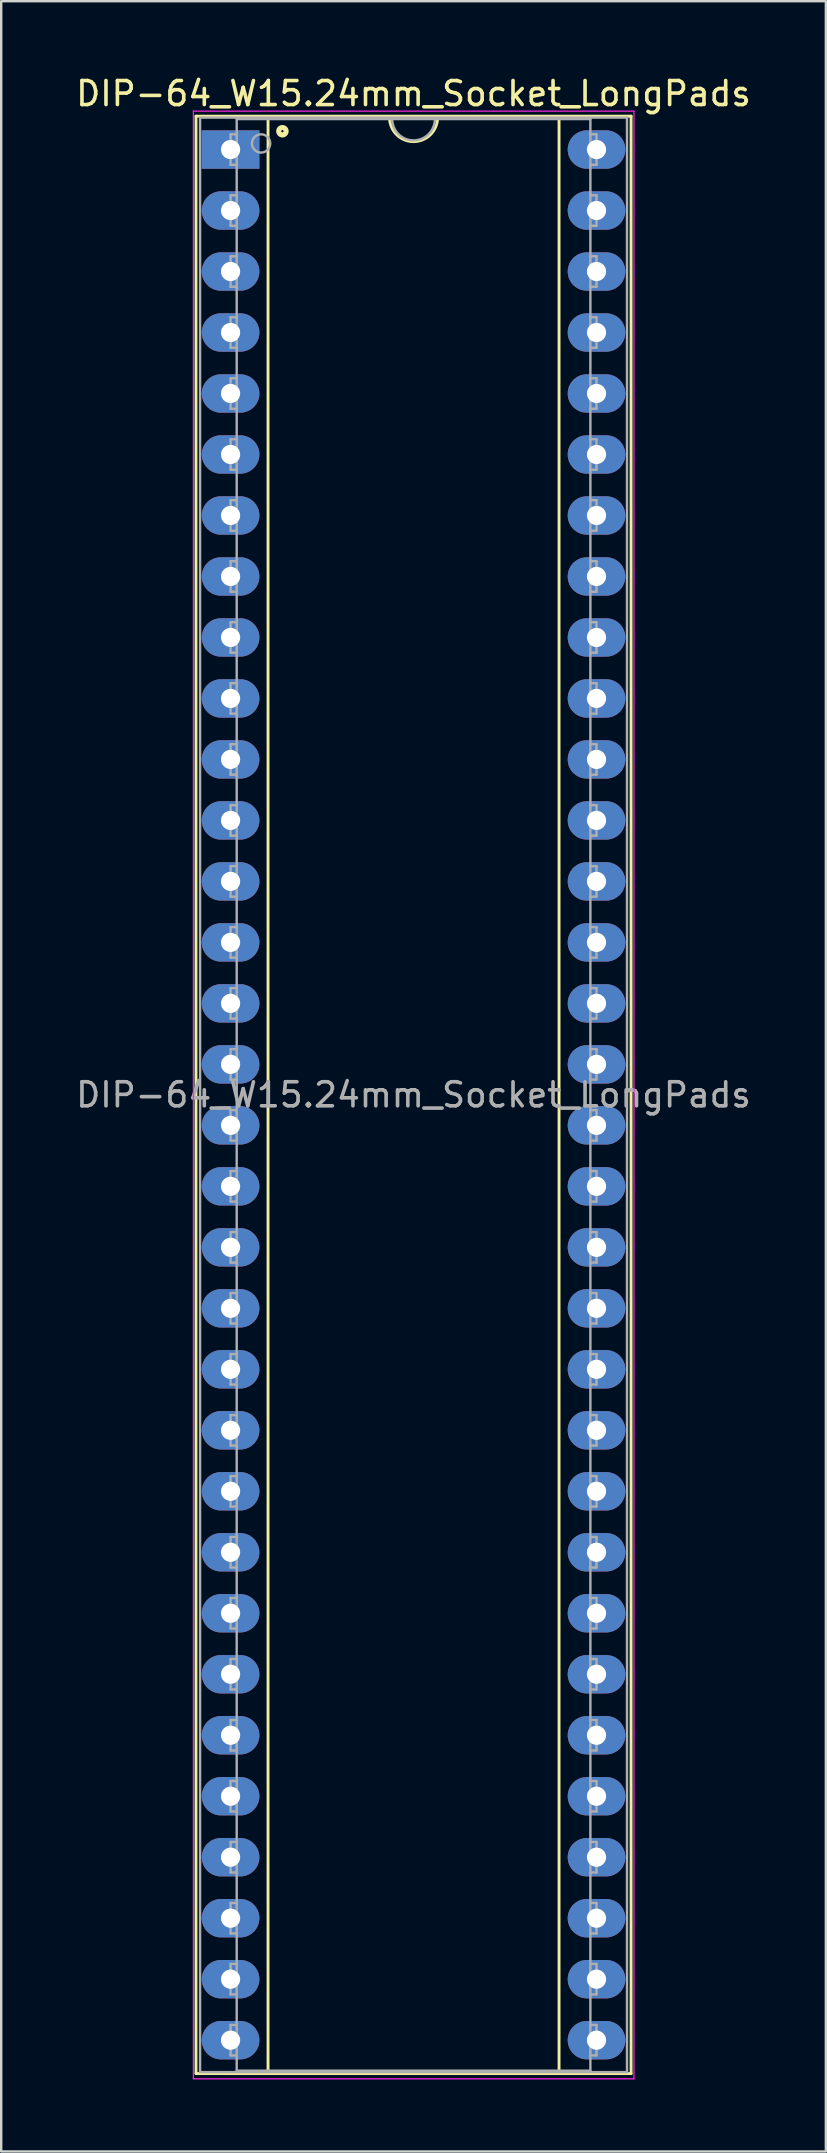
<source format=kicad_pcb>
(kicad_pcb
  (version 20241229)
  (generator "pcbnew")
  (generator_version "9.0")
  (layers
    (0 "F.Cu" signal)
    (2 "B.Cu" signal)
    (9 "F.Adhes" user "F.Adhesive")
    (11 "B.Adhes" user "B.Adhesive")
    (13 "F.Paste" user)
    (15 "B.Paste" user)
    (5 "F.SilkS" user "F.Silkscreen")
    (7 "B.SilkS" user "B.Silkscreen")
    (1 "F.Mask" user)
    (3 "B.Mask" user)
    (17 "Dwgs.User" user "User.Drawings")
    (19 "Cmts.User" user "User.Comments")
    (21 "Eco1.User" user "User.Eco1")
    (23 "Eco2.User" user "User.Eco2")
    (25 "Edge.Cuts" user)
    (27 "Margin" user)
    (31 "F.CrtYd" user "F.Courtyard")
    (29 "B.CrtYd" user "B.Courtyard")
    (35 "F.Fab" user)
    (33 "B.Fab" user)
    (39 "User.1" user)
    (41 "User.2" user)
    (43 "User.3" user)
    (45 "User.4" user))
  (footprint "DIP-64_W15.24mm_Socket_LongPads"
    (layer "F.Cu")
    (at 6.553 3.178)
    (property "Reference" "DIP-64_W15.24mm_Socket_LongPads" (at 7.62 -2.33 0) (layer "F.SilkS") (effects (font (size 1 1) (thickness 0.15))))
    (attr through_hole)
    (fp_line (start -1.44 -1.39) (end -1.44 80.13) (stroke (width 0.12) (type solid)) (layer "F.SilkS"))
    (fp_line (start -1.44 80.13) (end 16.68 80.13) (stroke (width 0.12) (type solid)) (layer "F.SilkS"))
    (fp_line (start 1.56 -1.33) (end 1.56 80.07) (stroke (width 0.12) (type solid)) (layer "F.SilkS"))
    (fp_line (start 1.56 80.07) (end 13.68 80.07) (stroke (width 0.12) (type solid)) (layer "F.SilkS"))
    (fp_line (start 6.62 -1.33) (end 1.56 -1.33) (stroke (width 0.12) (type solid)) (layer "F.SilkS"))
    (fp_line (start 13.68 -1.33) (end 8.62 -1.33) (stroke (width 0.12) (type solid)) (layer "F.SilkS"))
    (fp_line (start 13.68 80.07) (end 13.68 -1.33) (stroke (width 0.12) (type solid)) (layer "F.SilkS"))
    (fp_line (start 16.68 -1.39) (end -1.44 -1.39) (stroke (width 0.12) (type solid)) (layer "F.SilkS"))
    (fp_line (start 16.68 80.13) (end 16.68 -1.39) (stroke (width 0.12) (type solid)) (layer "F.SilkS"))
    (fp_arc (start 8.62 -1.33) (mid 7.62 -0.33) (end 6.62 -1.33) (stroke (width 0.12) (type solid)) (layer "F.SilkS"))
    (fp_circle (center 2.159 -0.762) (end 2.209 -0.762) (stroke (width 0.12) (type solid)) (fill no) (layer "F.SilkS"))
    (fp_circle (center 2.159 -0.762) (end 2.284 -0.762) (stroke (width 0.12) (type solid)) (fill no) (layer "F.SilkS"))
    (fp_circle (center 2.159 -0.762) (end 2.359 -0.762) (stroke (width 0.12) (type solid)) (fill no) (layer "F.SilkS"))
    (fp_line (start -1.55 -1.6) (end -1.55 80.35) (stroke (width 0.05) (type solid)) (layer "F.CrtYd"))
    (fp_line (start -1.55 80.35) (end 16.8 80.35) (stroke (width 0.05) (type solid)) (layer "F.CrtYd"))
    (fp_line (start 16.8 -1.6) (end -1.55 -1.6) (stroke (width 0.05) (type solid)) (layer "F.CrtYd"))
    (fp_line (start 16.8 80.35) (end 16.8 -1.6) (stroke (width 0.05) (type solid)) (layer "F.CrtYd"))
    (fp_line (start -1.27 -1.33) (end -1.27 80.07) (stroke (width 0.1) (type solid)) (layer "F.Fab"))
    (fp_line (start -1.27 80.07) (end 16.51 80.07) (stroke (width 0.1) (type solid)) (layer "F.Fab"))
    (fp_line (start 0 -0.635) (end 0 0.635) (stroke (width 0.1) (type solid)) (layer "F.Fab"))
    (fp_line (start 0 -0.635) (end 0.254 -0.635) (stroke (width 0.1) (type solid)) (layer "F.Fab"))
    (fp_line (start 0 0.635) (end 0.254 0.635) (stroke (width 0.1) (type solid)) (layer "F.Fab"))
    (fp_line (start 0 1.905) (end 0 3.175) (stroke (width 0.1) (type solid)) (layer "F.Fab"))
    (fp_line (start 0 1.905) (end 0.254 1.905) (stroke (width 0.1) (type solid)) (layer "F.Fab"))
    (fp_line (start 0 3.175) (end 0.254 3.175) (stroke (width 0.1) (type solid)) (layer "F.Fab"))
    (fp_line (start 0 4.445) (end 0 5.715) (stroke (width 0.1) (type solid)) (layer "F.Fab"))
    (fp_line (start 0 4.445) (end 0.254 4.445) (stroke (width 0.1) (type solid)) (layer "F.Fab"))
    (fp_line (start 0 5.715) (end 0.254 5.715) (stroke (width 0.1) (type solid)) (layer "F.Fab"))
    (fp_line (start 0 6.985) (end 0 8.255) (stroke (width 0.1) (type solid)) (layer "F.Fab"))
    (fp_line (start 0 6.985) (end 0.254 6.985) (stroke (width 0.1) (type solid)) (layer "F.Fab"))
    (fp_line (start 0 8.255) (end 0.254 8.255) (stroke (width 0.1) (type solid)) (layer "F.Fab"))
    (fp_line (start 0 9.525) (end 0 10.795) (stroke (width 0.1) (type solid)) (layer "F.Fab"))
    (fp_line (start 0 9.525) (end 0.254 9.525) (stroke (width 0.1) (type solid)) (layer "F.Fab"))
    (fp_line (start 0 10.795) (end 0.254 10.795) (stroke (width 0.1) (type solid)) (layer "F.Fab"))
    (fp_line (start 0 12.065) (end 0 13.335) (stroke (width 0.1) (type solid)) (layer "F.Fab"))
    (fp_line (start 0 12.065) (end 0.254 12.065) (stroke (width 0.1) (type solid)) (layer "F.Fab"))
    (fp_line (start 0 13.335) (end 0.254 13.335) (stroke (width 0.1) (type solid)) (layer "F.Fab"))
    (fp_line (start 0 14.605) (end 0 15.875) (stroke (width 0.1) (type solid)) (layer "F.Fab"))
    (fp_line (start 0 14.605) (end 0.254 14.605) (stroke (width 0.1) (type solid)) (layer "F.Fab"))
    (fp_line (start 0 15.875) (end 0.254 15.875) (stroke (width 0.1) (type solid)) (layer "F.Fab"))
    (fp_line (start 0 17.145) (end 0 18.415) (stroke (width 0.1) (type solid)) (layer "F.Fab"))
    (fp_line (start 0 17.145) (end 0.254 17.145) (stroke (width 0.1) (type solid)) (layer "F.Fab"))
    (fp_line (start 0 18.415) (end 0.254 18.415) (stroke (width 0.1) (type solid)) (layer "F.Fab"))
    (fp_line (start 0 19.685) (end 0 20.955) (stroke (width 0.1) (type solid)) (layer "F.Fab"))
    (fp_line (start 0 19.685) (end 0.254 19.685) (stroke (width 0.1) (type solid)) (layer "F.Fab"))
    (fp_line (start 0 20.955) (end 0.254 20.955) (stroke (width 0.1) (type solid)) (layer "F.Fab"))
    (fp_line (start 0 22.225) (end 0 23.495) (stroke (width 0.1) (type solid)) (layer "F.Fab"))
    (fp_line (start 0 22.225) (end 0.254 22.225) (stroke (width 0.1) (type solid)) (layer "F.Fab"))
    (fp_line (start 0 23.495) (end 0.254 23.495) (stroke (width 0.1) (type solid)) (layer "F.Fab"))
    (fp_line (start 0 24.765) (end 0 26.035) (stroke (width 0.1) (type solid)) (layer "F.Fab"))
    (fp_line (start 0 24.765) (end 0.254 24.765) (stroke (width 0.1) (type solid)) (layer "F.Fab"))
    (fp_line (start 0 26.035) (end 0.254 26.035) (stroke (width 0.1) (type solid)) (layer "F.Fab"))
    (fp_line (start 0 27.305) (end 0 28.575) (stroke (width 0.1) (type solid)) (layer "F.Fab"))
    (fp_line (start 0 27.305) (end 0.254 27.305) (stroke (width 0.1) (type solid)) (layer "F.Fab"))
    (fp_line (start 0 28.575) (end 0.254 28.575) (stroke (width 0.1) (type solid)) (layer "F.Fab"))
    (fp_line (start 0 29.845) (end 0 31.115) (stroke (width 0.1) (type solid)) (layer "F.Fab"))
    (fp_line (start 0 29.845) (end 0.254 29.845) (stroke (width 0.1) (type solid)) (layer "F.Fab"))
    (fp_line (start 0 31.115) (end 0.254 31.115) (stroke (width 0.1) (type solid)) (layer "F.Fab"))
    (fp_line (start 0 32.385) (end 0 33.655) (stroke (width 0.1) (type solid)) (layer "F.Fab"))
    (fp_line (start 0 32.385) (end 0.254 32.385) (stroke (width 0.1) (type solid)) (layer "F.Fab"))
    (fp_line (start 0 33.655) (end 0.254 33.655) (stroke (width 0.1) (type solid)) (layer "F.Fab"))
    (fp_line (start 0 34.925) (end 0 36.195) (stroke (width 0.1) (type solid)) (layer "F.Fab"))
    (fp_line (start 0 34.925) (end 0.254 34.925) (stroke (width 0.1) (type solid)) (layer "F.Fab"))
    (fp_line (start 0 36.195) (end 0.254 36.195) (stroke (width 0.1) (type solid)) (layer "F.Fab"))
    (fp_line (start 0 37.465) (end 0 38.735) (stroke (width 0.1) (type solid)) (layer "F.Fab"))
    (fp_line (start 0 37.465) (end 0.254 37.465) (stroke (width 0.1) (type solid)) (layer "F.Fab"))
    (fp_line (start 0 38.735) (end 0.254 38.735) (stroke (width 0.1) (type solid)) (layer "F.Fab"))
    (fp_line (start 0 40.005) (end 0 41.275) (stroke (width 0.1) (type solid)) (layer "F.Fab"))
    (fp_line (start 0 40.005) (end 0.254 40.005) (stroke (width 0.1) (type solid)) (layer "F.Fab"))
    (fp_line (start 0 41.275) (end 0.254 41.275) (stroke (width 0.1) (type solid)) (layer "F.Fab"))
    (fp_line (start 0 42.545) (end 0 43.815) (stroke (width 0.1) (type solid)) (layer "F.Fab"))
    (fp_line (start 0 42.545) (end 0.254 42.545) (stroke (width 0.1) (type solid)) (layer "F.Fab"))
    (fp_line (start 0 43.815) (end 0.254 43.815) (stroke (width 0.1) (type solid)) (layer "F.Fab"))
    (fp_line (start 0 45.085) (end 0 46.355) (stroke (width 0.1) (type solid)) (layer "F.Fab"))
    (fp_line (start 0 45.085) (end 0.254 45.085) (stroke (width 0.1) (type solid)) (layer "F.Fab"))
    (fp_line (start 0 46.355) (end 0.254 46.355) (stroke (width 0.1) (type solid)) (layer "F.Fab"))
    (fp_line (start 0 47.625) (end 0 48.895) (stroke (width 0.1) (type solid)) (layer "F.Fab"))
    (fp_line (start 0 47.625) (end 0.254 47.625) (stroke (width 0.1) (type solid)) (layer "F.Fab"))
    (fp_line (start 0 48.895) (end 0.254 48.895) (stroke (width 0.1) (type solid)) (layer "F.Fab"))
    (fp_line (start 0 50.165) (end 0 51.435) (stroke (width 0.1) (type solid)) (layer "F.Fab"))
    (fp_line (start 0 50.165) (end 0.254 50.165) (stroke (width 0.1) (type solid)) (layer "F.Fab"))
    (fp_line (start 0 51.435) (end 0.254 51.435) (stroke (width 0.1) (type solid)) (layer "F.Fab"))
    (fp_line (start 0 52.705) (end 0 53.975) (stroke (width 0.1) (type solid)) (layer "F.Fab"))
    (fp_line (start 0 52.705) (end 0.254 52.705) (stroke (width 0.1) (type solid)) (layer "F.Fab"))
    (fp_line (start 0 53.975) (end 0.254 53.975) (stroke (width 0.1) (type solid)) (layer "F.Fab"))
    (fp_line (start 0 55.245) (end 0 56.515) (stroke (width 0.1) (type solid)) (layer "F.Fab"))
    (fp_line (start 0 55.245) (end 0.254 55.245) (stroke (width 0.1) (type solid)) (layer "F.Fab"))
    (fp_line (start 0 56.515) (end 0.254 56.515) (stroke (width 0.1) (type solid)) (layer "F.Fab"))
    (fp_line (start 0 57.785) (end 0 59.055) (stroke (width 0.1) (type solid)) (layer "F.Fab"))
    (fp_line (start 0 57.785) (end 0.254 57.785) (stroke (width 0.1) (type solid)) (layer "F.Fab"))
    (fp_line (start 0 59.055) (end 0.254 59.055) (stroke (width 0.1) (type solid)) (layer "F.Fab"))
    (fp_line (start 0 60.325) (end 0 61.595) (stroke (width 0.1) (type solid)) (layer "F.Fab"))
    (fp_line (start 0 60.325) (end 0.254 60.325) (stroke (width 0.1) (type solid)) (layer "F.Fab"))
    (fp_line (start 0 61.595) (end 0.254 61.595) (stroke (width 0.1) (type solid)) (layer "F.Fab"))
    (fp_line (start 0 62.865) (end 0 64.135) (stroke (width 0.1) (type solid)) (layer "F.Fab"))
    (fp_line (start 0 62.865) (end 0.254 62.865) (stroke (width 0.1) (type solid)) (layer "F.Fab"))
    (fp_line (start 0 64.135) (end 0.254 64.135) (stroke (width 0.1) (type solid)) (layer "F.Fab"))
    (fp_line (start 0 65.405) (end 0 66.675) (stroke (width 0.1) (type solid)) (layer "F.Fab"))
    (fp_line (start 0 65.405) (end 0.254 65.405) (stroke (width 0.1) (type solid)) (layer "F.Fab"))
    (fp_line (start 0 66.675) (end 0.254 66.675) (stroke (width 0.1) (type solid)) (layer "F.Fab"))
    (fp_line (start 0 67.945) (end 0 69.215) (stroke (width 0.1) (type solid)) (layer "F.Fab"))
    (fp_line (start 0 67.945) (end 0.254 67.945) (stroke (width 0.1) (type solid)) (layer "F.Fab"))
    (fp_line (start 0 69.215) (end 0.254 69.215) (stroke (width 0.1) (type solid)) (layer "F.Fab"))
    (fp_line (start 0 70.485) (end 0 71.755) (stroke (width 0.1) (type solid)) (layer "F.Fab"))
    (fp_line (start 0 70.485) (end 0.254 70.485) (stroke (width 0.1) (type solid)) (layer "F.Fab"))
    (fp_line (start 0 71.755) (end 0.254 71.755) (stroke (width 0.1) (type solid)) (layer "F.Fab"))
    (fp_line (start 0 73.025) (end 0 74.295) (stroke (width 0.1) (type solid)) (layer "F.Fab"))
    (fp_line (start 0 73.025) (end 0.254 73.025) (stroke (width 0.1) (type solid)) (layer "F.Fab"))
    (fp_line (start 0 74.295) (end 0.254 74.295) (stroke (width 0.1) (type solid)) (layer "F.Fab"))
    (fp_line (start 0 75.565) (end 0 76.835) (stroke (width 0.1) (type solid)) (layer "F.Fab"))
    (fp_line (start 0 75.565) (end 0.254 75.565) (stroke (width 0.1) (type solid)) (layer "F.Fab"))
    (fp_line (start 0 76.835) (end 0.254 76.835) (stroke (width 0.1) (type solid)) (layer "F.Fab"))
    (fp_line (start 0 78.105) (end 0 79.375) (stroke (width 0.1) (type solid)) (layer "F.Fab"))
    (fp_line (start 0 78.105) (end 0.254 78.105) (stroke (width 0.1) (type solid)) (layer "F.Fab"))
    (fp_line (start 0 79.375) (end 0.254 79.375) (stroke (width 0.1) (type solid)) (layer "F.Fab"))
    (fp_line (start 0.255 -1.27) (end 14.985 -1.27) (stroke (width 0.1) (type solid)) (layer "F.Fab"))
    (fp_line (start 0.255 80.01) (end 0.255 -1.27) (stroke (width 0.1) (type solid)) (layer "F.Fab"))
    (fp_line (start 14.985 -1.27) (end 14.985 80.01) (stroke (width 0.1) (type solid)) (layer "F.Fab"))
    (fp_line (start 14.985 80.01) (end 0.255 80.01) (stroke (width 0.1) (type solid)) (layer "F.Fab"))
    (fp_line (start 15.24 -0.635) (end 14.986 -0.635) (stroke (width 0.1) (type solid)) (layer "F.Fab"))
    (fp_line (start 15.24 0.635) (end 14.986 0.635) (stroke (width 0.1) (type solid)) (layer "F.Fab"))
    (fp_line (start 15.24 0.635) (end 15.24 -0.635) (stroke (width 0.1) (type solid)) (layer "F.Fab"))
    (fp_line (start 15.24 1.905) (end 14.986 1.905) (stroke (width 0.1) (type solid)) (layer "F.Fab"))
    (fp_line (start 15.24 3.175) (end 14.986 3.175) (stroke (width 0.1) (type solid)) (layer "F.Fab"))
    (fp_line (start 15.24 3.175) (end 15.24 1.905) (stroke (width 0.1) (type solid)) (layer "F.Fab"))
    (fp_line (start 15.24 4.445) (end 14.986 4.445) (stroke (width 0.1) (type solid)) (layer "F.Fab"))
    (fp_line (start 15.24 5.715) (end 14.986 5.715) (stroke (width 0.1) (type solid)) (layer "F.Fab"))
    (fp_line (start 15.24 5.715) (end 15.24 4.445) (stroke (width 0.1) (type solid)) (layer "F.Fab"))
    (fp_line (start 15.24 6.985) (end 14.986 6.985) (stroke (width 0.1) (type solid)) (layer "F.Fab"))
    (fp_line (start 15.24 8.255) (end 14.986 8.255) (stroke (width 0.1) (type solid)) (layer "F.Fab"))
    (fp_line (start 15.24 8.255) (end 15.24 6.985) (stroke (width 0.1) (type solid)) (layer "F.Fab"))
    (fp_line (start 15.24 9.525) (end 14.986 9.525) (stroke (width 0.1) (type solid)) (layer "F.Fab"))
    (fp_line (start 15.24 10.795) (end 14.986 10.795) (stroke (width 0.1) (type solid)) (layer "F.Fab"))
    (fp_line (start 15.24 10.795) (end 15.24 9.525) (stroke (width 0.1) (type solid)) (layer "F.Fab"))
    (fp_line (start 15.24 12.065) (end 14.986 12.065) (stroke (width 0.1) (type solid)) (layer "F.Fab"))
    (fp_line (start 15.24 13.335) (end 14.986 13.335) (stroke (width 0.1) (type solid)) (layer "F.Fab"))
    (fp_line (start 15.24 13.335) (end 15.24 12.065) (stroke (width 0.1) (type solid)) (layer "F.Fab"))
    (fp_line (start 15.24 14.605) (end 14.986 14.605) (stroke (width 0.1) (type solid)) (layer "F.Fab"))
    (fp_line (start 15.24 15.875) (end 14.986 15.875) (stroke (width 0.1) (type solid)) (layer "F.Fab"))
    (fp_line (start 15.24 15.875) (end 15.24 14.605) (stroke (width 0.1) (type solid)) (layer "F.Fab"))
    (fp_line (start 15.24 17.145) (end 14.986 17.145) (stroke (width 0.1) (type solid)) (layer "F.Fab"))
    (fp_line (start 15.24 18.415) (end 14.986 18.415) (stroke (width 0.1) (type solid)) (layer "F.Fab"))
    (fp_line (start 15.24 18.415) (end 15.24 17.145) (stroke (width 0.1) (type solid)) (layer "F.Fab"))
    (fp_line (start 15.24 19.685) (end 14.986 19.685) (stroke (width 0.1) (type solid)) (layer "F.Fab"))
    (fp_line (start 15.24 20.955) (end 14.986 20.955) (stroke (width 0.1) (type solid)) (layer "F.Fab"))
    (fp_line (start 15.24 20.955) (end 15.24 19.685) (stroke (width 0.1) (type solid)) (layer "F.Fab"))
    (fp_line (start 15.24 22.225) (end 14.986 22.225) (stroke (width 0.1) (type solid)) (layer "F.Fab"))
    (fp_line (start 15.24 23.495) (end 14.986 23.495) (stroke (width 0.1) (type solid)) (layer "F.Fab"))
    (fp_line (start 15.24 23.495) (end 15.24 22.225) (stroke (width 0.1) (type solid)) (layer "F.Fab"))
    (fp_line (start 15.24 24.765) (end 14.986 24.765) (stroke (width 0.1) (type solid)) (layer "F.Fab"))
    (fp_line (start 15.24 26.035) (end 14.986 26.035) (stroke (width 0.1) (type solid)) (layer "F.Fab"))
    (fp_line (start 15.24 26.035) (end 15.24 24.765) (stroke (width 0.1) (type solid)) (layer "F.Fab"))
    (fp_line (start 15.24 27.305) (end 14.986 27.305) (stroke (width 0.1) (type solid)) (layer "F.Fab"))
    (fp_line (start 15.24 28.575) (end 14.986 28.575) (stroke (width 0.1) (type solid)) (layer "F.Fab"))
    (fp_line (start 15.24 28.575) (end 15.24 27.305) (stroke (width 0.1) (type solid)) (layer "F.Fab"))
    (fp_line (start 15.24 29.845) (end 14.986 29.845) (stroke (width 0.1) (type solid)) (layer "F.Fab"))
    (fp_line (start 15.24 31.115) (end 14.986 31.115) (stroke (width 0.1) (type solid)) (layer "F.Fab"))
    (fp_line (start 15.24 31.115) (end 15.24 29.845) (stroke (width 0.1) (type solid)) (layer "F.Fab"))
    (fp_line (start 15.24 32.385) (end 14.986 32.385) (stroke (width 0.1) (type solid)) (layer "F.Fab"))
    (fp_line (start 15.24 33.655) (end 14.986 33.655) (stroke (width 0.1) (type solid)) (layer "F.Fab"))
    (fp_line (start 15.24 33.655) (end 15.24 32.385) (stroke (width 0.1) (type solid)) (layer "F.Fab"))
    (fp_line (start 15.24 34.925) (end 14.986 34.925) (stroke (width 0.1) (type solid)) (layer "F.Fab"))
    (fp_line (start 15.24 36.195) (end 14.986 36.195) (stroke (width 0.1) (type solid)) (layer "F.Fab"))
    (fp_line (start 15.24 36.195) (end 15.24 34.925) (stroke (width 0.1) (type solid)) (layer "F.Fab"))
    (fp_line (start 15.24 37.465) (end 14.986 37.465) (stroke (width 0.1) (type solid)) (layer "F.Fab"))
    (fp_line (start 15.24 38.735) (end 14.986 38.735) (stroke (width 0.1) (type solid)) (layer "F.Fab"))
    (fp_line (start 15.24 38.735) (end 15.24 37.465) (stroke (width 0.1) (type solid)) (layer "F.Fab"))
    (fp_line (start 15.24 40.005) (end 14.986 40.005) (stroke (width 0.1) (type solid)) (layer "F.Fab"))
    (fp_line (start 15.24 41.275) (end 14.986 41.275) (stroke (width 0.1) (type solid)) (layer "F.Fab"))
    (fp_line (start 15.24 41.275) (end 15.24 40.005) (stroke (width 0.1) (type solid)) (layer "F.Fab"))
    (fp_line (start 15.24 42.545) (end 14.986 42.545) (stroke (width 0.1) (type solid)) (layer "F.Fab"))
    (fp_line (start 15.24 43.815) (end 14.986 43.815) (stroke (width 0.1) (type solid)) (layer "F.Fab"))
    (fp_line (start 15.24 43.815) (end 15.24 42.545) (stroke (width 0.1) (type solid)) (layer "F.Fab"))
    (fp_line (start 15.24 45.085) (end 14.986 45.085) (stroke (width 0.1) (type solid)) (layer "F.Fab"))
    (fp_line (start 15.24 46.355) (end 14.986 46.355) (stroke (width 0.1) (type solid)) (layer "F.Fab"))
    (fp_line (start 15.24 46.355) (end 15.24 45.085) (stroke (width 0.1) (type solid)) (layer "F.Fab"))
    (fp_line (start 15.24 47.625) (end 14.986 47.625) (stroke (width 0.1) (type solid)) (layer "F.Fab"))
    (fp_line (start 15.24 48.895) (end 14.986 48.895) (stroke (width 0.1) (type solid)) (layer "F.Fab"))
    (fp_line (start 15.24 48.895) (end 15.24 47.625) (stroke (width 0.1) (type solid)) (layer "F.Fab"))
    (fp_line (start 15.24 50.165) (end 14.986 50.165) (stroke (width 0.1) (type solid)) (layer "F.Fab"))
    (fp_line (start 15.24 51.435) (end 14.986 51.435) (stroke (width 0.1) (type solid)) (layer "F.Fab"))
    (fp_line (start 15.24 51.435) (end 15.24 50.165) (stroke (width 0.1) (type solid)) (layer "F.Fab"))
    (fp_line (start 15.24 52.705) (end 14.986 52.705) (stroke (width 0.1) (type solid)) (layer "F.Fab"))
    (fp_line (start 15.24 53.975) (end 14.986 53.975) (stroke (width 0.1) (type solid)) (layer "F.Fab"))
    (fp_line (start 15.24 53.975) (end 15.24 52.705) (stroke (width 0.1) (type solid)) (layer "F.Fab"))
    (fp_line (start 15.24 55.245) (end 14.986 55.245) (stroke (width 0.1) (type solid)) (layer "F.Fab"))
    (fp_line (start 15.24 56.515) (end 14.986 56.515) (stroke (width 0.1) (type solid)) (layer "F.Fab"))
    (fp_line (start 15.24 56.515) (end 15.24 55.245) (stroke (width 0.1) (type solid)) (layer "F.Fab"))
    (fp_line (start 15.24 57.785) (end 14.986 57.785) (stroke (width 0.1) (type solid)) (layer "F.Fab"))
    (fp_line (start 15.24 59.055) (end 14.986 59.055) (stroke (width 0.1) (type solid)) (layer "F.Fab"))
    (fp_line (start 15.24 59.055) (end 15.24 57.785) (stroke (width 0.1) (type solid)) (layer "F.Fab"))
    (fp_line (start 15.24 60.325) (end 14.986 60.325) (stroke (width 0.1) (type solid)) (layer "F.Fab"))
    (fp_line (start 15.24 61.595) (end 14.986 61.595) (stroke (width 0.1) (type solid)) (layer "F.Fab"))
    (fp_line (start 15.24 61.595) (end 15.24 60.325) (stroke (width 0.1) (type solid)) (layer "F.Fab"))
    (fp_line (start 15.24 62.865) (end 14.986 62.865) (stroke (width 0.1) (type solid)) (layer "F.Fab"))
    (fp_line (start 15.24 64.135) (end 14.986 64.135) (stroke (width 0.1) (type solid)) (layer "F.Fab"))
    (fp_line (start 15.24 64.135) (end 15.24 62.865) (stroke (width 0.1) (type solid)) (layer "F.Fab"))
    (fp_line (start 15.24 65.405) (end 14.986 65.405) (stroke (width 0.1) (type solid)) (layer "F.Fab"))
    (fp_line (start 15.24 66.675) (end 14.986 66.675) (stroke (width 0.1) (type solid)) (layer "F.Fab"))
    (fp_line (start 15.24 66.675) (end 15.24 65.405) (stroke (width 0.1) (type solid)) (layer "F.Fab"))
    (fp_line (start 15.24 67.945) (end 14.986 67.945) (stroke (width 0.1) (type solid)) (layer "F.Fab"))
    (fp_line (start 15.24 69.215) (end 14.986 69.215) (stroke (width 0.1) (type solid)) (layer "F.Fab"))
    (fp_line (start 15.24 69.215) (end 15.24 67.945) (stroke (width 0.1) (type solid)) (layer "F.Fab"))
    (fp_line (start 15.24 70.485) (end 14.986 70.485) (stroke (width 0.1) (type solid)) (layer "F.Fab"))
    (fp_line (start 15.24 71.755) (end 14.986 71.755) (stroke (width 0.1) (type solid)) (layer "F.Fab"))
    (fp_line (start 15.24 71.755) (end 15.24 70.485) (stroke (width 0.1) (type solid)) (layer "F.Fab"))
    (fp_line (start 15.24 73.025) (end 14.986 73.025) (stroke (width 0.1) (type solid)) (layer "F.Fab"))
    (fp_line (start 15.24 74.295) (end 14.986 74.295) (stroke (width 0.1) (type solid)) (layer "F.Fab"))
    (fp_line (start 15.24 74.295) (end 15.24 73.025) (stroke (width 0.1) (type solid)) (layer "F.Fab"))
    (fp_line (start 15.24 75.565) (end 14.986 75.565) (stroke (width 0.1) (type solid)) (layer "F.Fab"))
    (fp_line (start 15.24 76.835) (end 14.986 76.835) (stroke (width 0.1) (type solid)) (layer "F.Fab"))
    (fp_line (start 15.24 76.835) (end 15.24 75.565) (stroke (width 0.1) (type solid)) (layer "F.Fab"))
    (fp_line (start 15.24 78.105) (end 14.986 78.105) (stroke (width 0.1) (type solid)) (layer "F.Fab"))
    (fp_line (start 15.24 79.375) (end 14.986 79.375) (stroke (width 0.1) (type solid)) (layer "F.Fab"))
    (fp_line (start 15.24 79.375) (end 15.24 78.105) (stroke (width 0.1) (type solid)) (layer "F.Fab"))
    (fp_line (start 16.51 -1.33) (end -1.27 -1.33) (stroke (width 0.1) (type solid)) (layer "F.Fab"))
    (fp_line (start 16.51 80.07) (end 16.51 -1.33) (stroke (width 0.1) (type solid)) (layer "F.Fab"))
    (fp_arc (start 8.509 -1.27) (mid 7.62 -0.381) (end 6.731 -1.27) (stroke (width 0.1) (type solid)) (layer "F.Fab"))
    (fp_circle (center 1.27 -0.254) (end 1.651 -0.254) (stroke (width 0.1) (type solid)) (fill no) (layer "F.Fab"))
    (fp_text user "${REFERENCE}" (at 7.62 39.37 0) (layer "F.Fab") (effects (font (size 1 1) (thickness 0.15))))
    (pad "1" thru_hole rect (at 0 0) (size 2.4 1.6) (drill 0.8) (layers "*.Cu" "*.Mask"))
    (pad "2" thru_hole oval (at 0 2.54) (size 2.4 1.6) (drill 0.8) (layers "*.Cu" "*.Mask"))
    (pad "3" thru_hole oval (at 0 5.08) (size 2.4 1.6) (drill 0.8) (layers "*.Cu" "*.Mask"))
    (pad "4" thru_hole oval (at 0 7.62) (size 2.4 1.6) (drill 0.8) (layers "*.Cu" "*.Mask"))
    (pad "5" thru_hole oval (at 0 10.16) (size 2.4 1.6) (drill 0.8) (layers "*.Cu" "*.Mask"))
    (pad "6" thru_hole oval (at 0 12.7) (size 2.4 1.6) (drill 0.8) (layers "*.Cu" "*.Mask"))
    (pad "7" thru_hole oval (at 0 15.24) (size 2.4 1.6) (drill 0.8) (layers "*.Cu" "*.Mask"))
    (pad "8" thru_hole oval (at 0 17.78) (size 2.4 1.6) (drill 0.8) (layers "*.Cu" "*.Mask"))
    (pad "9" thru_hole oval (at 0 20.32) (size 2.4 1.6) (drill 0.8) (layers "*.Cu" "*.Mask"))
    (pad "10" thru_hole oval (at 0 22.86) (size 2.4 1.6) (drill 0.8) (layers "*.Cu" "*.Mask"))
    (pad "11" thru_hole oval (at 0 25.4) (size 2.4 1.6) (drill 0.8) (layers "*.Cu" "*.Mask"))
    (pad "12" thru_hole oval (at 0 27.94) (size 2.4 1.6) (drill 0.8) (layers "*.Cu" "*.Mask"))
    (pad "13" thru_hole oval (at 0 30.48) (size 2.4 1.6) (drill 0.8) (layers "*.Cu" "*.Mask"))
    (pad "14" thru_hole oval (at 0 33.02) (size 2.4 1.6) (drill 0.8) (layers "*.Cu" "*.Mask"))
    (pad "15" thru_hole oval (at 0 35.56) (size 2.4 1.6) (drill 0.8) (layers "*.Cu" "*.Mask"))
    (pad "16" thru_hole oval (at 0 38.1) (size 2.4 1.6) (drill 0.8) (layers "*.Cu" "*.Mask"))
    (pad "17" thru_hole oval (at 0 40.64) (size 2.4 1.6) (drill 0.8) (layers "*.Cu" "*.Mask"))
    (pad "18" thru_hole oval (at 0 43.18) (size 2.4 1.6) (drill 0.8) (layers "*.Cu" "*.Mask"))
    (pad "19" thru_hole oval (at 0 45.72) (size 2.4 1.6) (drill 0.8) (layers "*.Cu" "*.Mask"))
    (pad "20" thru_hole oval (at 0 48.26) (size 2.4 1.6) (drill 0.8) (layers "*.Cu" "*.Mask"))
    (pad "21" thru_hole oval (at 0 50.8) (size 2.4 1.6) (drill 0.8) (layers "*.Cu" "*.Mask"))
    (pad "22" thru_hole oval (at 0 53.34) (size 2.4 1.6) (drill 0.8) (layers "*.Cu" "*.Mask"))
    (pad "23" thru_hole oval (at 0 55.88) (size 2.4 1.6) (drill 0.8) (layers "*.Cu" "*.Mask"))
    (pad "24" thru_hole oval (at 0 58.42) (size 2.4 1.6) (drill 0.8) (layers "*.Cu" "*.Mask"))
    (pad "25" thru_hole oval (at 0 60.96) (size 2.4 1.6) (drill 0.8) (layers "*.Cu" "*.Mask"))
    (pad "26" thru_hole oval (at 0 63.5) (size 2.4 1.6) (drill 0.8) (layers "*.Cu" "*.Mask"))
    (pad "27" thru_hole oval (at 0 66.04) (size 2.4 1.6) (drill 0.8) (layers "*.Cu" "*.Mask"))
    (pad "28" thru_hole oval (at 0 68.58) (size 2.4 1.6) (drill 0.8) (layers "*.Cu" "*.Mask"))
    (pad "29" thru_hole oval (at 0 71.12) (size 2.4 1.6) (drill 0.8) (layers "*.Cu" "*.Mask"))
    (pad "30" thru_hole oval (at 0 73.66) (size 2.4 1.6) (drill 0.8) (layers "*.Cu" "*.Mask"))
    (pad "31" thru_hole oval (at 0 76.2) (size 2.4 1.6) (drill 0.8) (layers "*.Cu" "*.Mask"))
    (pad "32" thru_hole oval (at 0 78.74) (size 2.4 1.6) (drill 0.8) (layers "*.Cu" "*.Mask"))
    (pad "33" thru_hole oval (at 15.24 78.74) (size 2.4 1.6) (drill 0.8) (layers "*.Cu" "*.Mask"))
    (pad "34" thru_hole oval (at 15.24 76.2) (size 2.4 1.6) (drill 0.8) (layers "*.Cu" "*.Mask"))
    (pad "35" thru_hole oval (at 15.24 73.66) (size 2.4 1.6) (drill 0.8) (layers "*.Cu" "*.Mask"))
    (pad "36" thru_hole oval (at 15.24 71.12) (size 2.4 1.6) (drill 0.8) (layers "*.Cu" "*.Mask"))
    (pad "37" thru_hole oval (at 15.24 68.58) (size 2.4 1.6) (drill 0.8) (layers "*.Cu" "*.Mask"))
    (pad "38" thru_hole oval (at 15.24 66.04) (size 2.4 1.6) (drill 0.8) (layers "*.Cu" "*.Mask"))
    (pad "39" thru_hole oval (at 15.24 63.5) (size 2.4 1.6) (drill 0.8) (layers "*.Cu" "*.Mask"))
    (pad "40" thru_hole oval (at 15.24 60.96) (size 2.4 1.6) (drill 0.8) (layers "*.Cu" "*.Mask"))
    (pad "41" thru_hole oval (at 15.24 58.42) (size 2.4 1.6) (drill 0.8) (layers "*.Cu" "*.Mask"))
    (pad "42" thru_hole oval (at 15.24 55.88) (size 2.4 1.6) (drill 0.8) (layers "*.Cu" "*.Mask"))
    (pad "43" thru_hole oval (at 15.24 53.34) (size 2.4 1.6) (drill 0.8) (layers "*.Cu" "*.Mask"))
    (pad "44" thru_hole oval (at 15.24 50.8) (size 2.4 1.6) (drill 0.8) (layers "*.Cu" "*.Mask"))
    (pad "45" thru_hole oval (at 15.24 48.26) (size 2.4 1.6) (drill 0.8) (layers "*.Cu" "*.Mask"))
    (pad "46" thru_hole oval (at 15.24 45.72) (size 2.4 1.6) (drill 0.8) (layers "*.Cu" "*.Mask"))
    (pad "47" thru_hole oval (at 15.24 43.18) (size 2.4 1.6) (drill 0.8) (layers "*.Cu" "*.Mask"))
    (pad "48" thru_hole oval (at 15.24 40.64) (size 2.4 1.6) (drill 0.8) (layers "*.Cu" "*.Mask"))
    (pad "49" thru_hole oval (at 15.24 38.1) (size 2.4 1.6) (drill 0.8) (layers "*.Cu" "*.Mask"))
    (pad "50" thru_hole oval (at 15.24 35.56) (size 2.4 1.6) (drill 0.8) (layers "*.Cu" "*.Mask"))
    (pad "51" thru_hole oval (at 15.24 33.02) (size 2.4 1.6) (drill 0.8) (layers "*.Cu" "*.Mask"))
    (pad "52" thru_hole oval (at 15.24 30.48) (size 2.4 1.6) (drill 0.8) (layers "*.Cu" "*.Mask"))
    (pad "53" thru_hole oval (at 15.24 27.94) (size 2.4 1.6) (drill 0.8) (layers "*.Cu" "*.Mask"))
    (pad "54" thru_hole oval (at 15.24 25.4) (size 2.4 1.6) (drill 0.8) (layers "*.Cu" "*.Mask"))
    (pad "55" thru_hole oval (at 15.24 22.86) (size 2.4 1.6) (drill 0.8) (layers "*.Cu" "*.Mask"))
    (pad "56" thru_hole oval (at 15.24 20.32) (size 2.4 1.6) (drill 0.8) (layers "*.Cu" "*.Mask"))
    (pad "57" thru_hole oval (at 15.24 17.78) (size 2.4 1.6) (drill 0.8) (layers "*.Cu" "*.Mask"))
    (pad "58" thru_hole oval (at 15.24 15.24) (size 2.4 1.6) (drill 0.8) (layers "*.Cu" "*.Mask"))
    (pad "59" thru_hole oval (at 15.24 12.7) (size 2.4 1.6) (drill 0.8) (layers "*.Cu" "*.Mask"))
    (pad "60" thru_hole oval (at 15.24 10.16) (size 2.4 1.6) (drill 0.8) (layers "*.Cu" "*.Mask"))
    (pad "61" thru_hole oval (at 15.24 7.62) (size 2.4 1.6) (drill 0.8) (layers "*.Cu" "*.Mask"))
    (pad "62" thru_hole oval (at 15.24 5.08) (size 2.4 1.6) (drill 0.8) (layers "*.Cu" "*.Mask"))
    (pad "63" thru_hole oval (at 15.24 2.54) (size 2.4 1.6) (drill 0.8) (layers "*.Cu" "*.Mask"))
    (pad "64" thru_hole oval (at 15.24 0) (size 2.4 1.6) (drill 0.8) (layers "*.Cu" "*.Mask")))
  (gr_rect
    (start -3 -3)
    (end 31.345 86.553)
    (stroke (width 0.1) (type default))
    (fill no)
    (layer "Edge.Cuts")))
</source>
